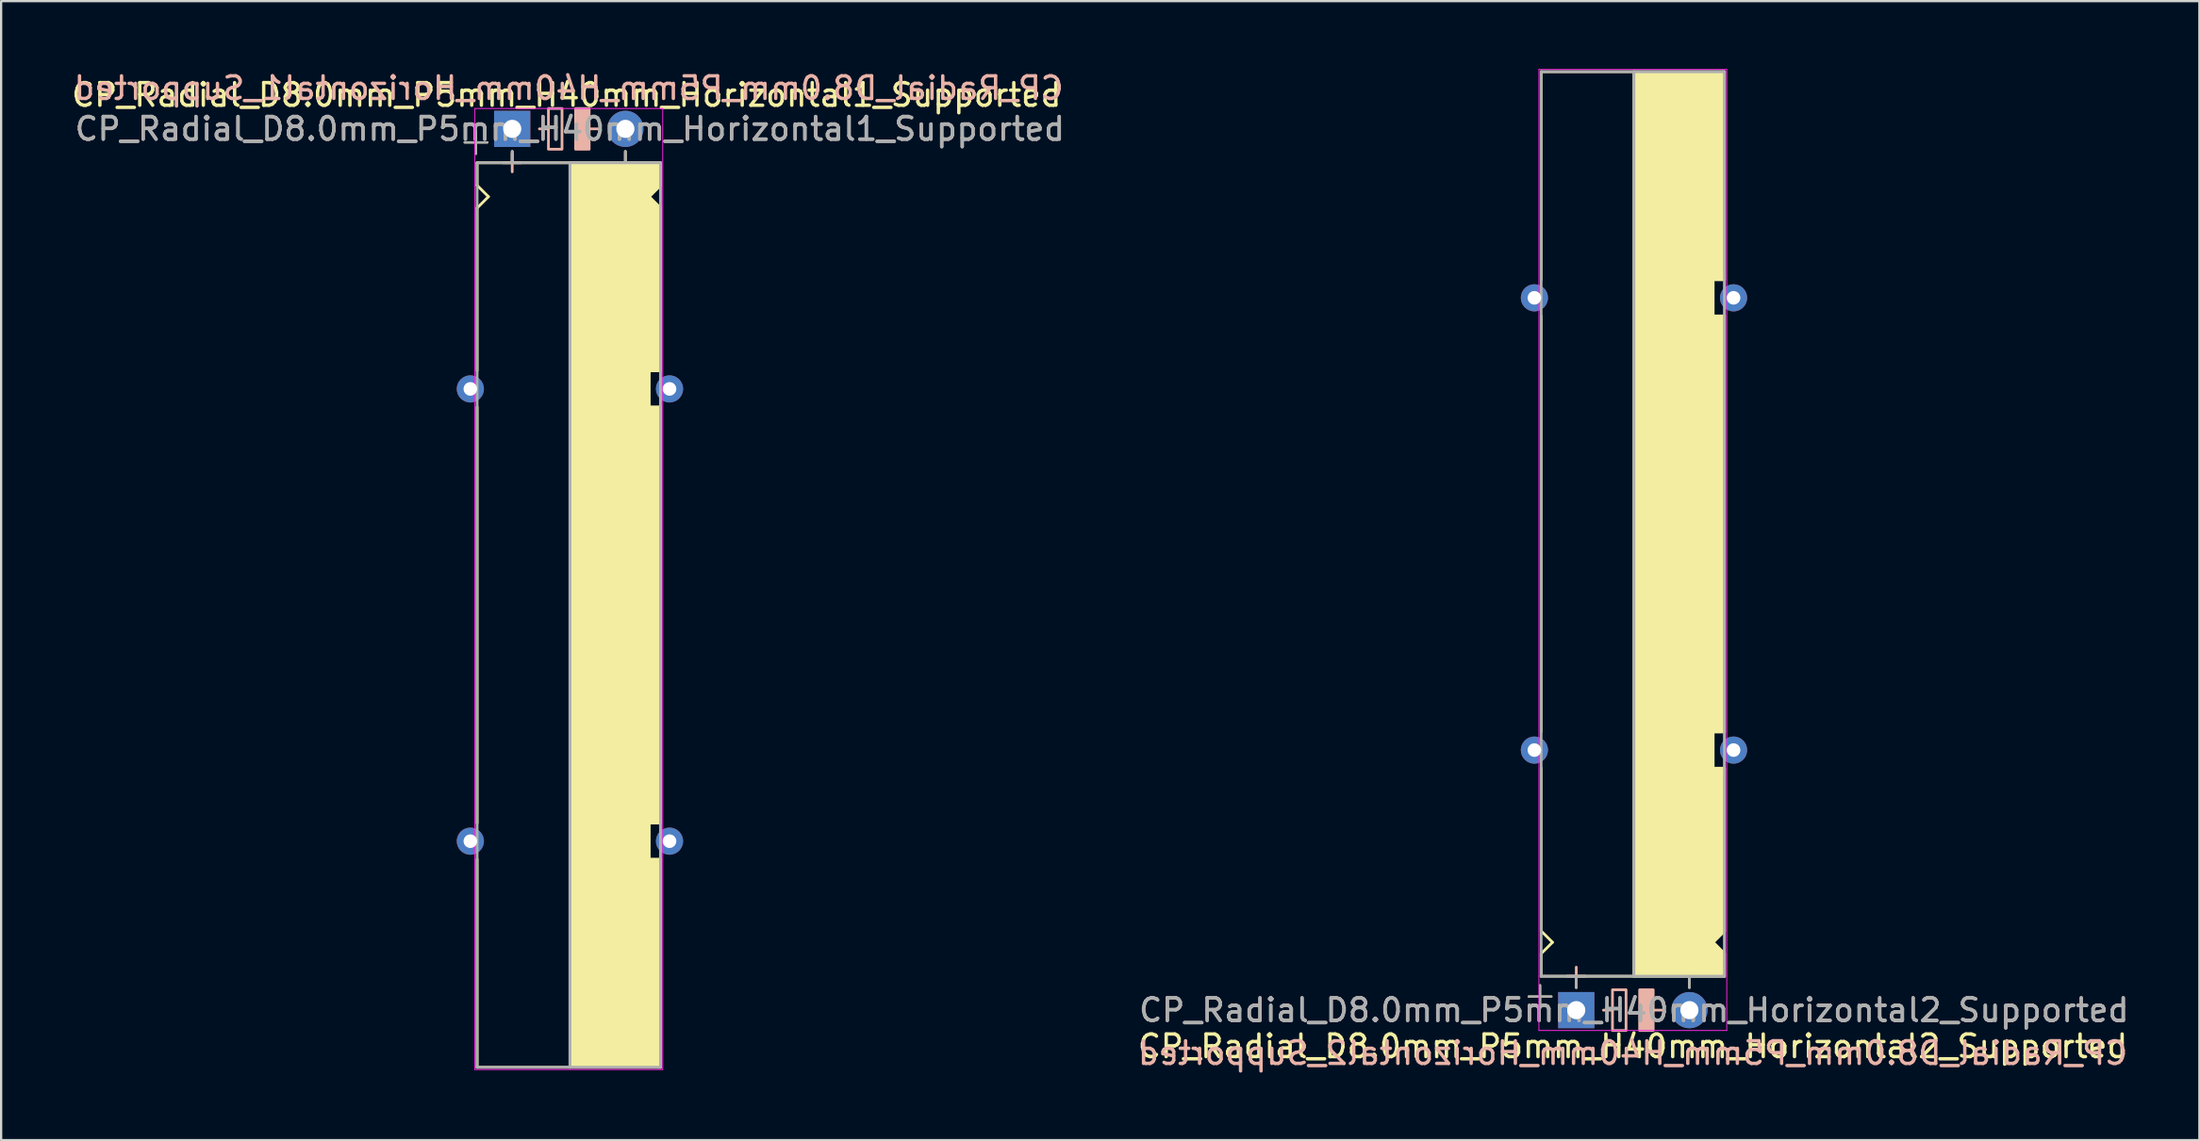
<source format=kicad_pcb>
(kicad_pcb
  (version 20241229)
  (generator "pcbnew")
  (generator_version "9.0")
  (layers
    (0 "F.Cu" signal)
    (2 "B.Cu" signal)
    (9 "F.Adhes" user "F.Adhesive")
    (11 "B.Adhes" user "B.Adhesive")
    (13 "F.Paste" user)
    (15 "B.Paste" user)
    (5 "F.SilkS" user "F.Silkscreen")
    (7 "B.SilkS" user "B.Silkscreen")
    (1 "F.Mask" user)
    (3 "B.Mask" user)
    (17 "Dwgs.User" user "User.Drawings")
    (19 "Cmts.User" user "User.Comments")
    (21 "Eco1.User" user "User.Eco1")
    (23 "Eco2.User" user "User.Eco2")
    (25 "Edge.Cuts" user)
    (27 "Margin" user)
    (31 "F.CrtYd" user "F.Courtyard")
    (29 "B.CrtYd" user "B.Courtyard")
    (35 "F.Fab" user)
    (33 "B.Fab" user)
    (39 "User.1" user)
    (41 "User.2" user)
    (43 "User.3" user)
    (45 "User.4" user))
  (footprint "CP_Radial_D8.0mm_P5mm_H40mm_Horizontal1_Supported"
    (layer "F.Cu")
    (at 20.382 2.648)
    (property "Reference" "CP_Radial_D8.0mm_P5mm_H40mm_Horizontal1_Supported" (at 1.6 -1.5 0) (layer "F.SilkS") (effects (font (size 1 1) (thickness 0.15))))
    (fp_line (start -2.9 0.6) (end -1.9 0.6) (stroke (width 0.1) (type solid)) (layer "F.SilkS"))
    (fp_line (start -2.4 1.1) (end -2.4 0.1) (stroke (width 0.1) (type solid)) (layer "F.SilkS"))
    (fp_line (start -2.35 1.5) (end -2.35 2.5) (stroke (width 0.12) (type solid)) (layer "F.SilkS"))
    (fp_line (start -2.35 1.5) (end 5.75 1.5) (stroke (width 0.12) (type solid)) (layer "F.SilkS"))
    (fp_line (start -2.35 2.5) (end -1.85 3) (stroke (width 0.12) (type solid)) (layer "F.SilkS"))
    (fp_line (start -2.35 10.7) (end -2.35 3.5) (stroke (width 0.12) (type solid)) (layer "F.SilkS"))
    (fp_line (start -2.35 12.3) (end -2.35 30.7) (stroke (width 0.12) (type solid)) (layer "F.SilkS"))
    (fp_line (start -2.35 32.3) (end -2.35 41.5) (stroke (width 0.12) (type solid)) (layer "F.SilkS"))
    (fp_line (start -2.35 41.5) (end 5.65 41.5) (stroke (width 0.12) (type solid)) (layer "F.SilkS"))
    (fp_line (start -1.85 3) (end -2.35 3.5) (stroke (width 0.12) (type solid)) (layer "F.SilkS"))
    (fp_line (start -0.8 1) (end -0.8 1.5) (stroke (width 0.12) (type solid)) (layer "F.SilkS"))
    (fp_line (start 1.75 41.5) (end 1.75 1.5) (stroke (width 0.12) (type solid)) (layer "F.SilkS"))
    (fp_line (start 4.2 1) (end 4.2 1.5) (stroke (width 0.12) (type solid)) (layer "F.SilkS"))
    (fp_line (start 5.25 3) (end 5.75 2.5) (stroke (width 0.12) (type solid)) (layer "F.SilkS"))
    (fp_line (start 5.25 10.7) (end 5.25 12.3) (stroke (width 0.12) (type solid)) (layer "F.SilkS"))
    (fp_line (start 5.25 12.3) (end 5.75 12.3) (stroke (width 0.12) (type solid)) (layer "F.SilkS"))
    (fp_line (start 5.25 30.7) (end 5.25 32.3) (stroke (width 0.12) (type solid)) (layer "F.SilkS"))
    (fp_line (start 5.25 32.3) (end 5.75 32.3) (stroke (width 0.12) (type solid)) (layer "F.SilkS"))
    (fp_line (start 5.75 2.5) (end 5.75 1.5) (stroke (width 0.12) (type solid)) (layer "F.SilkS"))
    (fp_line (start 5.75 3.5) (end 5.25 3) (stroke (width 0.12) (type solid)) (layer "F.SilkS"))
    (fp_line (start 5.75 10.7) (end 5.25 10.7) (stroke (width 0.12) (type solid)) (layer "F.SilkS"))
    (fp_line (start 5.75 10.7) (end 5.75 3.5) (stroke (width 0.12) (type solid)) (layer "F.SilkS"))
    (fp_line (start 5.75 12.3) (end 5.75 30.7) (stroke (width 0.12) (type solid)) (layer "F.SilkS"))
    (fp_line (start 5.75 30.7) (end 5.25 30.7) (stroke (width 0.12) (type solid)) (layer "F.SilkS"))
    (fp_line (start 5.75 32.3) (end 5.75 41.5) (stroke (width 0.12) (type solid)) (layer "F.SilkS"))
    (fp_line (start 5.75 41.5) (end 5.65 41.5) (stroke (width 0.12) (type solid)) (layer "F.SilkS"))
    (fp_poly (pts (xy 5.75 2.5) (xy 5.25 3) (xy 5.75 3.5) (xy 5.75 10.7) (xy 5.25 10.7) (xy 5.25 12.3) (xy 5.75 12.3) (xy 5.75 30.7) (xy 5.25 30.7) (xy 5.25 32.3) (xy 5.75 32.3) (xy 5.75 41.5) (xy 1.75 41.5) (xy 1.75 1.5) (xy 5.75 1.5)) (stroke (width 0.1) (type solid)) (fill yes) (layer "F.SilkS"))
    (fp_line (start -0.8 1.1) (end -0.8 1.9) (stroke (width 0.12) (type solid)) (layer "B.SilkS"))
    (fp_line (start -0.4 1.5) (end -1.2 1.5) (stroke (width 0.12) (type solid)) (layer "B.SilkS"))
    (fp_line (start 0.8 0) (end 0.4 0) (stroke (width 0.12) (type solid)) (layer "B.SilkS"))
    (fp_line (start 3 0) (end 2.6 0) (stroke (width 0.12) (type solid)) (layer "B.SilkS"))
    (fp_rect (start 1.4 -0.9) (end 0.8 0.9) (stroke (width 0.12) (type solid)) (fill no) (layer "B.SilkS"))
    (fp_rect (start 2.6 -0.9) (end 2 0.9) (stroke (width 0.12) (type solid)) (fill yes) (layer "B.SilkS"))
    (fp_line (start -2.45 -0.9) (end 5.85 -0.9) (stroke (width 0.04) (type solid)) (layer "F.CrtYd"))
    (fp_line (start -2.45 1.5) (end -2.45 -0.9) (stroke (width 0.04) (type solid)) (layer "F.CrtYd"))
    (fp_line (start -2.45 41.6) (end -2.45 1.5) (stroke (width 0.04) (type solid)) (layer "F.CrtYd"))
    (fp_line (start 5.85 -0.9) (end 5.85 41.6) (stroke (width 0.04) (type solid)) (layer "F.CrtYd"))
    (fp_line (start 5.85 41.6) (end -2.45 41.6) (stroke (width 0.04) (type solid)) (layer "F.CrtYd"))
    (fp_line (start -2.9 0.6) (end -1.9 0.6) (stroke (width 0.1) (type solid)) (layer "F.Fab"))
    (fp_line (start -2.4 1.1) (end -2.4 0.1) (stroke (width 0.1) (type solid)) (layer "F.Fab"))
    (fp_line (start -2.35 1.5) (end 5.75 1.5) (stroke (width 0.12) (type solid)) (layer "F.Fab"))
    (fp_line (start -2.35 41.5) (end -2.35 1.5) (stroke (width 0.12) (type solid)) (layer "F.Fab"))
    (fp_line (start -0.8 1.5) (end -0.8 1) (stroke (width 0.12) (type solid)) (layer "F.Fab"))
    (fp_line (start 1.75 1.5) (end 1.75 41.5) (stroke (width 0.12) (type solid)) (layer "F.Fab"))
    (fp_line (start 4.2 1.5) (end 4.2 1) (stroke (width 0.12) (type solid)) (layer "F.Fab"))
    (fp_line (start 5.75 1.5) (end 5.75 41.5) (stroke (width 0.12) (type solid)) (layer "F.Fab"))
    (fp_line (start 5.75 41.5) (end -2.35 41.5) (stroke (width 0.12) (type solid)) (layer "F.Fab"))
    (fp_poly (pts (xy 5.75 41.5) (xy 1.75 41.5) (xy 1.75 1.5) (xy 5.75 1.5)) (stroke (width 0.1) (type solid)) (fill no) (layer "F.Fab"))
    (fp_text user "${REFERENCE}" (at 1.7 -1.8 0) (layer "B.SilkS") (effects (font (size 1 1) (thickness 0.15)) (justify mirror)))
    (fp_text user "${REFERENCE}" (at 1.75 0 0) (layer "F.Fab") (effects (font (size 1 1) (thickness 0.15))))
    (fp_text user "${REFERENCE}" (at 1.75 0 0) (layer "F.Fab") (effects (font (size 1 1) (thickness 0.15))))
    (pad "1" thru_hole rect (at -0.8 0) (size 1.6 1.6) (drill 0.8) (layers "*.Cu" "*.Mask"))
    (pad "2" thru_hole circle (at 4.2 0) (size 1.6 1.6) (drill 0.8) (layers "*.Cu" "*.Mask"))
    (pad "~" thru_hole circle (at -2.65 11.5) (size 1.2 1.2) (drill 0.6) (layers "*.Cu" "*.Mask"))
    (pad "~" thru_hole circle (at -2.65 31.5) (size 1.2 1.2) (drill 0.6) (layers "*.Cu" "*.Mask"))
    (pad "~" thru_hole circle (at 6.15 11.5) (size 1.2 1.2) (drill 0.6) (layers "*.Cu" "*.Mask"))
    (pad "~" thru_hole circle (at 6.15 31.5) (size 1.2 1.2) (drill 0.6) (layers "*.Cu" "*.Mask")))
  (footprint "CP_Radial_D8.0mm_P5mm_H40mm_Horizontal2_Supported"
    (layer "F.Cu")
    (at 67.396 41.62)
    (property "Reference" "CP_Radial_D8.0mm_P5mm_H40mm_Horizontal2_Supported" (at 1.7 1.6 0) (layer "F.SilkS") (effects (font (size 1 1) (thickness 0.15))))
    (fp_line (start -2.9 -0.6) (end -1.9 -0.6) (stroke (width 0.1) (type solid)) (layer "F.SilkS"))
    (fp_line (start -2.4 -0.1) (end -2.4 -1.1) (stroke (width 0.1) (type solid)) (layer "F.SilkS"))
    (fp_line (start -2.35 -41.5) (end 5.65 -41.5) (stroke (width 0.12) (type solid)) (layer "F.SilkS"))
    (fp_line (start -2.35 -32.3) (end -2.35 -41.5) (stroke (width 0.12) (type solid)) (layer "F.SilkS"))
    (fp_line (start -2.35 -12.3) (end -2.35 -30.7) (stroke (width 0.12) (type solid)) (layer "F.SilkS"))
    (fp_line (start -2.35 -10.7) (end -2.35 -3.5) (stroke (width 0.12) (type solid)) (layer "F.SilkS"))
    (fp_line (start -2.35 -2.5) (end -1.85 -3) (stroke (width 0.12) (type solid)) (layer "F.SilkS"))
    (fp_line (start -2.35 -1.5) (end -2.35 -2.5) (stroke (width 0.12) (type solid)) (layer "F.SilkS"))
    (fp_line (start -2.35 -1.5) (end 5.75 -1.5) (stroke (width 0.12) (type solid)) (layer "F.SilkS"))
    (fp_line (start -1.85 -3) (end -2.35 -3.5) (stroke (width 0.12) (type solid)) (layer "F.SilkS"))
    (fp_line (start -0.8 -1) (end -0.8 -1.5) (stroke (width 0.12) (type solid)) (layer "F.SilkS"))
    (fp_line (start 1.75 -41.5) (end 1.75 -1.5) (stroke (width 0.12) (type solid)) (layer "F.SilkS"))
    (fp_line (start 4.2 -1) (end 4.2 -1.5) (stroke (width 0.12) (type solid)) (layer "F.SilkS"))
    (fp_line (start 5.25 -32.3) (end 5.75 -32.3) (stroke (width 0.12) (type solid)) (layer "F.SilkS"))
    (fp_line (start 5.25 -30.7) (end 5.25 -32.3) (stroke (width 0.12) (type solid)) (layer "F.SilkS"))
    (fp_line (start 5.25 -12.3) (end 5.75 -12.3) (stroke (width 0.12) (type solid)) (layer "F.SilkS"))
    (fp_line (start 5.25 -10.7) (end 5.25 -12.3) (stroke (width 0.12) (type solid)) (layer "F.SilkS"))
    (fp_line (start 5.25 -3) (end 5.75 -2.5) (stroke (width 0.12) (type solid)) (layer "F.SilkS"))
    (fp_line (start 5.75 -41.5) (end 5.65 -41.5) (stroke (width 0.12) (type solid)) (layer "F.SilkS"))
    (fp_line (start 5.75 -32.3) (end 5.75 -41.5) (stroke (width 0.12) (type solid)) (layer "F.SilkS"))
    (fp_line (start 5.75 -30.7) (end 5.25 -30.7) (stroke (width 0.12) (type solid)) (layer "F.SilkS"))
    (fp_line (start 5.75 -12.3) (end 5.75 -30.7) (stroke (width 0.12) (type solid)) (layer "F.SilkS"))
    (fp_line (start 5.75 -10.7) (end 5.25 -10.7) (stroke (width 0.12) (type solid)) (layer "F.SilkS"))
    (fp_line (start 5.75 -10.7) (end 5.75 -3.5) (stroke (width 0.12) (type solid)) (layer "F.SilkS"))
    (fp_line (start 5.75 -3.5) (end 5.25 -3) (stroke (width 0.12) (type solid)) (layer "F.SilkS"))
    (fp_line (start 5.75 -2.5) (end 5.75 -1.5) (stroke (width 0.12) (type solid)) (layer "F.SilkS"))
    (fp_poly (pts (xy 5.75 -2.5) (xy 5.25 -3) (xy 5.75 -3.5) (xy 5.75 -10.7) (xy 5.25 -10.7) (xy 5.25 -12.3) (xy 5.75 -12.3) (xy 5.75 -30.7) (xy 5.25 -30.7) (xy 5.25 -32.3) (xy 5.75 -32.3) (xy 5.75 -41.5) (xy 1.75 -41.5) (xy 1.75 -1.5) (xy 5.75 -1.5)) (stroke (width 0.1) (type solid)) (fill yes) (layer "F.SilkS"))
    (fp_line (start -0.8 -1.9) (end -0.8 -1.1) (stroke (width 0.12) (type solid)) (layer "B.SilkS"))
    (fp_line (start -0.4 -1.5) (end -1.2 -1.5) (stroke (width 0.12) (type solid)) (layer "B.SilkS"))
    (fp_line (start 0.8 0) (end 0.4 0) (stroke (width 0.12) (type solid)) (layer "B.SilkS"))
    (fp_line (start 3 0) (end 2.6 0) (stroke (width 0.12) (type solid)) (layer "B.SilkS"))
    (fp_rect (start 1.4 -0.9) (end 0.8 0.9) (stroke (width 0.12) (type solid)) (fill no) (layer "B.SilkS"))
    (fp_rect (start 2.6 -0.9) (end 2 0.9) (stroke (width 0.12) (type solid)) (fill yes) (layer "B.SilkS"))
    (fp_line (start -2.45 -41.6) (end -2.45 -1.5) (stroke (width 0.04) (type solid)) (layer "F.CrtYd"))
    (fp_line (start -2.45 -1.5) (end -2.45 0.9) (stroke (width 0.04) (type solid)) (layer "F.CrtYd"))
    (fp_line (start -2.45 0.9) (end 5.85 0.9) (stroke (width 0.04) (type solid)) (layer "F.CrtYd"))
    (fp_line (start 5.85 -41.6) (end -2.45 -41.6) (stroke (width 0.04) (type solid)) (layer "F.CrtYd"))
    (fp_line (start 5.85 0.9) (end 5.85 -41.6) (stroke (width 0.04) (type solid)) (layer "F.CrtYd"))
    (fp_line (start -2.9 -0.6) (end -1.9 -0.6) (stroke (width 0.1) (type solid)) (layer "F.Fab"))
    (fp_line (start -2.4 -0.1) (end -2.4 -1.1) (stroke (width 0.1) (type solid)) (layer "F.Fab"))
    (fp_line (start -2.35 -41.5) (end -2.35 -1.5) (stroke (width 0.12) (type solid)) (layer "F.Fab"))
    (fp_line (start -2.35 -1.5) (end 5.75 -1.5) (stroke (width 0.12) (type solid)) (layer "F.Fab"))
    (fp_line (start -0.8 -1.5) (end -0.8 -1) (stroke (width 0.12) (type solid)) (layer "F.Fab"))
    (fp_line (start 1.75 -1.5) (end 1.75 -41.5) (stroke (width 0.12) (type solid)) (layer "F.Fab"))
    (fp_line (start 4.2 -1.5) (end 4.2 -1) (stroke (width 0.12) (type solid)) (layer "F.Fab"))
    (fp_line (start 5.75 -41.5) (end -2.35 -41.5) (stroke (width 0.12) (type solid)) (layer "F.Fab"))
    (fp_line (start 5.75 -1.5) (end 5.75 -41.5) (stroke (width 0.12) (type solid)) (layer "F.Fab"))
    (fp_poly (pts (xy 5.75 -41.5) (xy 1.75 -41.5) (xy 1.75 -1.5) (xy 5.75 -1.5)) (stroke (width 0.1) (type solid)) (fill no) (layer "F.Fab"))
    (fp_text user "${REFERENCE}" (at 1.7 1.9 0) (layer "B.SilkS") (effects (font (size 1 1) (thickness 0.15)) (justify mirror)))
    (fp_text user "${REFERENCE}" (at 1.75 0 0) (layer "F.Fab") (effects (font (size 1 1) (thickness 0.15))))
    (fp_text user "${REFERENCE}" (at 1.75 0 0) (layer "F.Fab") (effects (font (size 1 1) (thickness 0.15))))
    (pad "1" thru_hole rect (at -0.8 0) (size 1.6 1.6) (drill 0.8) (layers "*.Cu" "*.Mask"))
    (pad "2" thru_hole circle (at 4.2 0) (size 1.6 1.6) (drill 0.8) (layers "*.Cu" "*.Mask"))
    (pad "~" thru_hole circle (at -2.65 -31.5 180) (size 1.2 1.2) (drill 0.6) (layers "*.Cu" "*.Mask"))
    (pad "~" thru_hole circle (at -2.65 -11.5 180) (size 1.2 1.2) (drill 0.6) (layers "*.Cu" "*.Mask"))
    (pad "~" thru_hole circle (at 6.15 -31.5 180) (size 1.2 1.2) (drill 0.6) (layers "*.Cu" "*.Mask"))
    (pad "~" thru_hole circle (at 6.15 -11.5 180) (size 1.2 1.2) (drill 0.6) (layers "*.Cu" "*.Mask")))
  (gr_rect
    (start -3 -3)
    (end 94.129 47.368)
    (stroke (width 0.1) (type default))
    (fill no)
    (layer "Edge.Cuts")))
</source>
